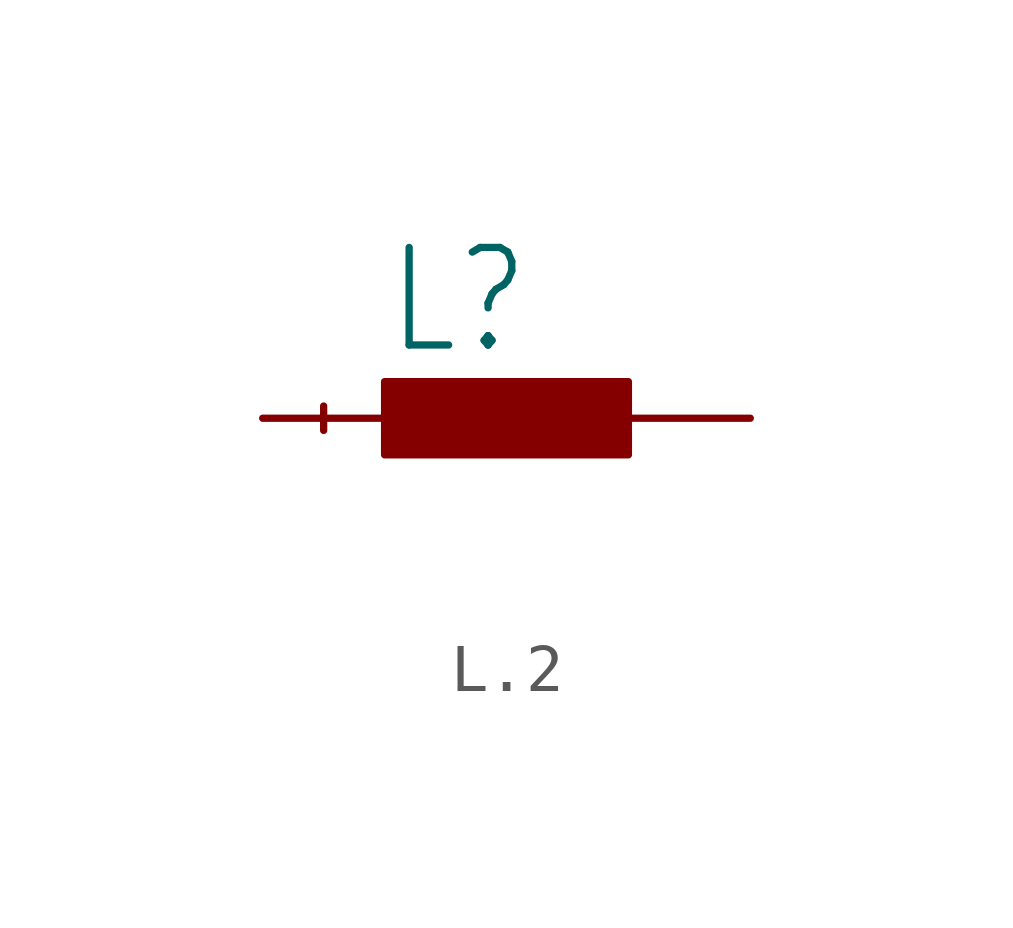
<source format=kicad_sym>
(kicad_symbol_lib
  (version 20241209)
  (generator "kicad_symbol_editor")
  (generator_version "9.0")
  (symbol "L.2"
    (property "Reference" "L"
      (at -2.54 1.27 0)
      (effects (font (size 2.032 1.727)) (justify left bottom)))
    (property "Value" ""
      (at -3.81 -3.556 0)
      (effects (font (size 2.032 1.727)) (justify left bottom)))
    (property "ki_locked" ""
      (at 0 0 0)
      (effects (font (size 1.27 1.27))))
    (symbol "L.2_1_0"
      (polyline (pts (xy -3.81 0.254) (xy -3.81 -0.254)) (stroke (width 0.152) (type solid)) (fill (type none)))
      (rectangle (start -2.54 -0.762) (end 2.54 0.762) (stroke (width 0) (type default)) (fill (type outline)))
      (pin passive line (at -5.08 0 0) (length 2.54) (name "1" (effects (font (size 0 0)))) (number "1" (effects (font (size 0 0)))))
      (pin passive line (at 5.08 0 180) (length 2.54) (name "2" (effects (font (size 0 0)))) (number "2" (effects (font (size 0 0))))))))
</source>
